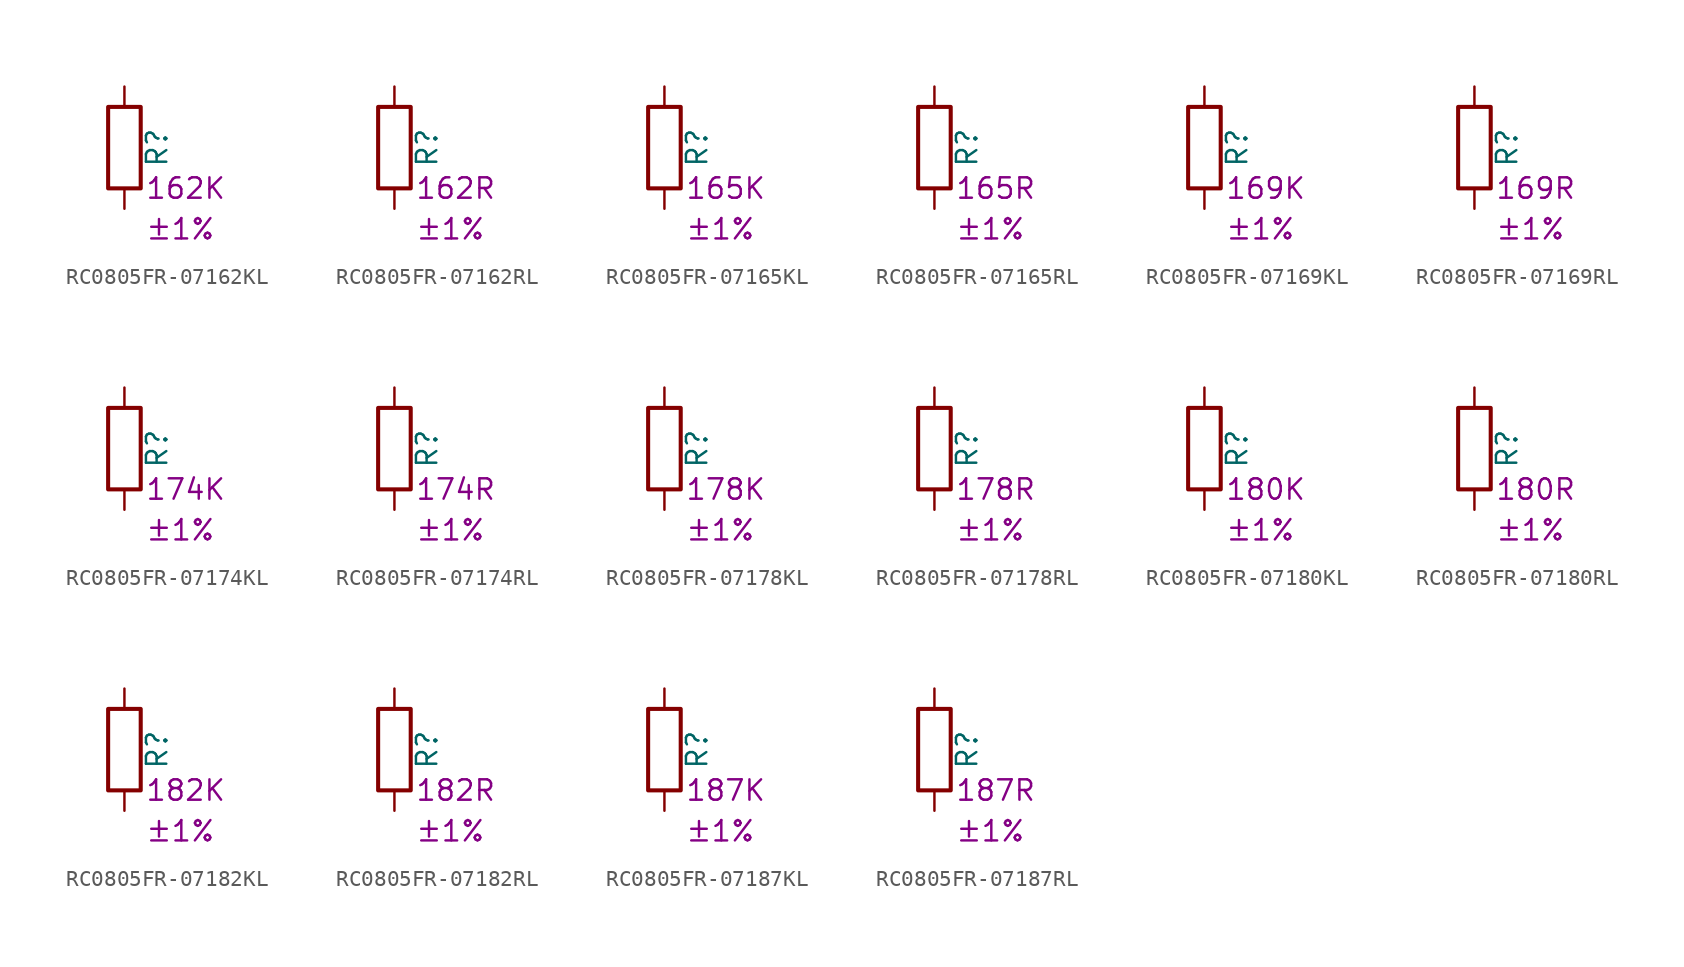
<source format=kicad_sym>
(kicad_symbol_lib
  (version 20220914)
  (generator kicad_symbol_editor)
  (symbol "RC0805FR-07162KL"
    (pin_numbers hide)
    (pin_names
      (offset 0))
    (property "Reference" "R"
      (at 2.032 0 90)
      (effects (font (size 1.27 1.27))))
    (property "Resistance" "162K"
      (at 1.27 -2.54 0)
      (effects (font (size 1.27 1.27)) (justify left)))
    (property "Tolerance" "±1%"
      (at 1.27 -5.08 0)
      (effects (font (size 1.27 1.27)) (justify left)))
    (symbol "RC0805FR-07162KL_0_1"
      (rectangle (start -1.016 -2.54) (end 1.016 2.54) (stroke (width 0.254) (type default)) (fill (type none))))
    (symbol "RC0805FR-07162KL_1_1"
      (pin passive line (at 0 3.81 270) (length 1.27) (name "~" (effects (font (size 1.27 1.27)))) (number "1" (effects (font (size 1.27 1.27)))))
      (pin passive line (at 0 -3.81 90) (length 1.27) (name "~" (effects (font (size 1.27 1.27)))) (number "2" (effects (font (size 1.27 1.27)))))))
  (symbol "RC0805FR-07162RL"
    (pin_numbers hide)
    (pin_names
      (offset 0))
    (property "Reference" "R"
      (at 2.032 0 90)
      (effects (font (size 1.27 1.27))))
    (property "Resistance" "162R"
      (at 1.27 -2.54 0)
      (effects (font (size 1.27 1.27)) (justify left)))
    (property "Tolerance" "±1%"
      (at 1.27 -5.08 0)
      (effects (font (size 1.27 1.27)) (justify left)))
    (symbol "RC0805FR-07162RL_0_1"
      (rectangle (start -1.016 -2.54) (end 1.016 2.54) (stroke (width 0.254) (type default)) (fill (type none))))
    (symbol "RC0805FR-07162RL_1_1"
      (pin passive line (at 0 3.81 270) (length 1.27) (name "~" (effects (font (size 1.27 1.27)))) (number "1" (effects (font (size 1.27 1.27)))))
      (pin passive line (at 0 -3.81 90) (length 1.27) (name "~" (effects (font (size 1.27 1.27)))) (number "2" (effects (font (size 1.27 1.27)))))))
  (symbol "RC0805FR-07165KL"
    (pin_numbers hide)
    (pin_names
      (offset 0))
    (property "Reference" "R"
      (at 2.032 0 90)
      (effects (font (size 1.27 1.27))))
    (property "Resistance" "165K"
      (at 1.27 -2.54 0)
      (effects (font (size 1.27 1.27)) (justify left)))
    (property "Tolerance" "±1%"
      (at 1.27 -5.08 0)
      (effects (font (size 1.27 1.27)) (justify left)))
    (symbol "RC0805FR-07165KL_0_1"
      (rectangle (start -1.016 -2.54) (end 1.016 2.54) (stroke (width 0.254) (type default)) (fill (type none))))
    (symbol "RC0805FR-07165KL_1_1"
      (pin passive line (at 0 3.81 270) (length 1.27) (name "~" (effects (font (size 1.27 1.27)))) (number "1" (effects (font (size 1.27 1.27)))))
      (pin passive line (at 0 -3.81 90) (length 1.27) (name "~" (effects (font (size 1.27 1.27)))) (number "2" (effects (font (size 1.27 1.27)))))))
  (symbol "RC0805FR-07165RL"
    (pin_numbers hide)
    (pin_names
      (offset 0))
    (property "Reference" "R"
      (at 2.032 0 90)
      (effects (font (size 1.27 1.27))))
    (property "Resistance" "165R"
      (at 1.27 -2.54 0)
      (effects (font (size 1.27 1.27)) (justify left)))
    (property "Tolerance" "±1%"
      (at 1.27 -5.08 0)
      (effects (font (size 1.27 1.27)) (justify left)))
    (symbol "RC0805FR-07165RL_0_1"
      (rectangle (start -1.016 -2.54) (end 1.016 2.54) (stroke (width 0.254) (type default)) (fill (type none))))
    (symbol "RC0805FR-07165RL_1_1"
      (pin passive line (at 0 3.81 270) (length 1.27) (name "~" (effects (font (size 1.27 1.27)))) (number "1" (effects (font (size 1.27 1.27)))))
      (pin passive line (at 0 -3.81 90) (length 1.27) (name "~" (effects (font (size 1.27 1.27)))) (number "2" (effects (font (size 1.27 1.27)))))))
  (symbol "RC0805FR-07169KL"
    (pin_numbers hide)
    (pin_names
      (offset 0))
    (property "Reference" "R"
      (at 2.032 0 90)
      (effects (font (size 1.27 1.27))))
    (property "Resistance" "169K"
      (at 1.27 -2.54 0)
      (effects (font (size 1.27 1.27)) (justify left)))
    (property "Tolerance" "±1%"
      (at 1.27 -5.08 0)
      (effects (font (size 1.27 1.27)) (justify left)))
    (symbol "RC0805FR-07169KL_0_1"
      (rectangle (start -1.016 -2.54) (end 1.016 2.54) (stroke (width 0.254) (type default)) (fill (type none))))
    (symbol "RC0805FR-07169KL_1_1"
      (pin passive line (at 0 3.81 270) (length 1.27) (name "~" (effects (font (size 1.27 1.27)))) (number "1" (effects (font (size 1.27 1.27)))))
      (pin passive line (at 0 -3.81 90) (length 1.27) (name "~" (effects (font (size 1.27 1.27)))) (number "2" (effects (font (size 1.27 1.27)))))))
  (symbol "RC0805FR-07169RL"
    (pin_numbers hide)
    (pin_names
      (offset 0))
    (property "Reference" "R"
      (at 2.032 0 90)
      (effects (font (size 1.27 1.27))))
    (property "Resistance" "169R"
      (at 1.27 -2.54 0)
      (effects (font (size 1.27 1.27)) (justify left)))
    (property "Tolerance" "±1%"
      (at 1.27 -5.08 0)
      (effects (font (size 1.27 1.27)) (justify left)))
    (symbol "RC0805FR-07169RL_0_1"
      (rectangle (start -1.016 -2.54) (end 1.016 2.54) (stroke (width 0.254) (type default)) (fill (type none))))
    (symbol "RC0805FR-07169RL_1_1"
      (pin passive line (at 0 3.81 270) (length 1.27) (name "~" (effects (font (size 1.27 1.27)))) (number "1" (effects (font (size 1.27 1.27)))))
      (pin passive line (at 0 -3.81 90) (length 1.27) (name "~" (effects (font (size 1.27 1.27)))) (number "2" (effects (font (size 1.27 1.27)))))))
  (symbol "RC0805FR-07174KL"
    (pin_numbers hide)
    (pin_names
      (offset 0))
    (property "Reference" "R"
      (at 2.032 0 90)
      (effects (font (size 1.27 1.27))))
    (property "Resistance" "174K"
      (at 1.27 -2.54 0)
      (effects (font (size 1.27 1.27)) (justify left)))
    (property "Tolerance" "±1%"
      (at 1.27 -5.08 0)
      (effects (font (size 1.27 1.27)) (justify left)))
    (symbol "RC0805FR-07174KL_0_1"
      (rectangle (start -1.016 -2.54) (end 1.016 2.54) (stroke (width 0.254) (type default)) (fill (type none))))
    (symbol "RC0805FR-07174KL_1_1"
      (pin passive line (at 0 3.81 270) (length 1.27) (name "~" (effects (font (size 1.27 1.27)))) (number "1" (effects (font (size 1.27 1.27)))))
      (pin passive line (at 0 -3.81 90) (length 1.27) (name "~" (effects (font (size 1.27 1.27)))) (number "2" (effects (font (size 1.27 1.27)))))))
  (symbol "RC0805FR-07174RL"
    (pin_numbers hide)
    (pin_names
      (offset 0))
    (property "Reference" "R"
      (at 2.032 0 90)
      (effects (font (size 1.27 1.27))))
    (property "Resistance" "174R"
      (at 1.27 -2.54 0)
      (effects (font (size 1.27 1.27)) (justify left)))
    (property "Tolerance" "±1%"
      (at 1.27 -5.08 0)
      (effects (font (size 1.27 1.27)) (justify left)))
    (symbol "RC0805FR-07174RL_0_1"
      (rectangle (start -1.016 -2.54) (end 1.016 2.54) (stroke (width 0.254) (type default)) (fill (type none))))
    (symbol "RC0805FR-07174RL_1_1"
      (pin passive line (at 0 3.81 270) (length 1.27) (name "~" (effects (font (size 1.27 1.27)))) (number "1" (effects (font (size 1.27 1.27)))))
      (pin passive line (at 0 -3.81 90) (length 1.27) (name "~" (effects (font (size 1.27 1.27)))) (number "2" (effects (font (size 1.27 1.27)))))))
  (symbol "RC0805FR-07178KL"
    (pin_numbers hide)
    (pin_names
      (offset 0))
    (property "Reference" "R"
      (at 2.032 0 90)
      (effects (font (size 1.27 1.27))))
    (property "Resistance" "178K"
      (at 1.27 -2.54 0)
      (effects (font (size 1.27 1.27)) (justify left)))
    (property "Tolerance" "±1%"
      (at 1.27 -5.08 0)
      (effects (font (size 1.27 1.27)) (justify left)))
    (symbol "RC0805FR-07178KL_0_1"
      (rectangle (start -1.016 -2.54) (end 1.016 2.54) (stroke (width 0.254) (type default)) (fill (type none))))
    (symbol "RC0805FR-07178KL_1_1"
      (pin passive line (at 0 3.81 270) (length 1.27) (name "~" (effects (font (size 1.27 1.27)))) (number "1" (effects (font (size 1.27 1.27)))))
      (pin passive line (at 0 -3.81 90) (length 1.27) (name "~" (effects (font (size 1.27 1.27)))) (number "2" (effects (font (size 1.27 1.27)))))))
  (symbol "RC0805FR-07178RL"
    (pin_numbers hide)
    (pin_names
      (offset 0))
    (property "Reference" "R"
      (at 2.032 0 90)
      (effects (font (size 1.27 1.27))))
    (property "Resistance" "178R"
      (at 1.27 -2.54 0)
      (effects (font (size 1.27 1.27)) (justify left)))
    (property "Tolerance" "±1%"
      (at 1.27 -5.08 0)
      (effects (font (size 1.27 1.27)) (justify left)))
    (symbol "RC0805FR-07178RL_0_1"
      (rectangle (start -1.016 -2.54) (end 1.016 2.54) (stroke (width 0.254) (type default)) (fill (type none))))
    (symbol "RC0805FR-07178RL_1_1"
      (pin passive line (at 0 3.81 270) (length 1.27) (name "~" (effects (font (size 1.27 1.27)))) (number "1" (effects (font (size 1.27 1.27)))))
      (pin passive line (at 0 -3.81 90) (length 1.27) (name "~" (effects (font (size 1.27 1.27)))) (number "2" (effects (font (size 1.27 1.27)))))))
  (symbol "RC0805FR-07180KL"
    (pin_numbers hide)
    (pin_names
      (offset 0))
    (property "Reference" "R"
      (at 2.032 0 90)
      (effects (font (size 1.27 1.27))))
    (property "Resistance" "180K"
      (at 1.27 -2.54 0)
      (effects (font (size 1.27 1.27)) (justify left)))
    (property "Tolerance" "±1%"
      (at 1.27 -5.08 0)
      (effects (font (size 1.27 1.27)) (justify left)))
    (symbol "RC0805FR-07180KL_0_1"
      (rectangle (start -1.016 -2.54) (end 1.016 2.54) (stroke (width 0.254) (type default)) (fill (type none))))
    (symbol "RC0805FR-07180KL_1_1"
      (pin passive line (at 0 3.81 270) (length 1.27) (name "~" (effects (font (size 1.27 1.27)))) (number "1" (effects (font (size 1.27 1.27)))))
      (pin passive line (at 0 -3.81 90) (length 1.27) (name "~" (effects (font (size 1.27 1.27)))) (number "2" (effects (font (size 1.27 1.27)))))))
  (symbol "RC0805FR-07180RL"
    (pin_numbers hide)
    (pin_names
      (offset 0))
    (property "Reference" "R"
      (at 2.032 0 90)
      (effects (font (size 1.27 1.27))))
    (property "Resistance" "180R"
      (at 1.27 -2.54 0)
      (effects (font (size 1.27 1.27)) (justify left)))
    (property "Tolerance" "±1%"
      (at 1.27 -5.08 0)
      (effects (font (size 1.27 1.27)) (justify left)))
    (symbol "RC0805FR-07180RL_0_1"
      (rectangle (start -1.016 -2.54) (end 1.016 2.54) (stroke (width 0.254) (type default)) (fill (type none))))
    (symbol "RC0805FR-07180RL_1_1"
      (pin passive line (at 0 3.81 270) (length 1.27) (name "~" (effects (font (size 1.27 1.27)))) (number "1" (effects (font (size 1.27 1.27)))))
      (pin passive line (at 0 -3.81 90) (length 1.27) (name "~" (effects (font (size 1.27 1.27)))) (number "2" (effects (font (size 1.27 1.27)))))))
  (symbol "RC0805FR-07182KL"
    (pin_numbers hide)
    (pin_names
      (offset 0))
    (property "Reference" "R"
      (at 2.032 0 90)
      (effects (font (size 1.27 1.27))))
    (property "Resistance" "182K"
      (at 1.27 -2.54 0)
      (effects (font (size 1.27 1.27)) (justify left)))
    (property "Tolerance" "±1%"
      (at 1.27 -5.08 0)
      (effects (font (size 1.27 1.27)) (justify left)))
    (symbol "RC0805FR-07182KL_0_1"
      (rectangle (start -1.016 -2.54) (end 1.016 2.54) (stroke (width 0.254) (type default)) (fill (type none))))
    (symbol "RC0805FR-07182KL_1_1"
      (pin passive line (at 0 3.81 270) (length 1.27) (name "~" (effects (font (size 1.27 1.27)))) (number "1" (effects (font (size 1.27 1.27)))))
      (pin passive line (at 0 -3.81 90) (length 1.27) (name "~" (effects (font (size 1.27 1.27)))) (number "2" (effects (font (size 1.27 1.27)))))))
  (symbol "RC0805FR-07182RL"
    (pin_numbers hide)
    (pin_names
      (offset 0))
    (property "Reference" "R"
      (at 2.032 0 90)
      (effects (font (size 1.27 1.27))))
    (property "Resistance" "182R"
      (at 1.27 -2.54 0)
      (effects (font (size 1.27 1.27)) (justify left)))
    (property "Tolerance" "±1%"
      (at 1.27 -5.08 0)
      (effects (font (size 1.27 1.27)) (justify left)))
    (symbol "RC0805FR-07182RL_0_1"
      (rectangle (start -1.016 -2.54) (end 1.016 2.54) (stroke (width 0.254) (type default)) (fill (type none))))
    (symbol "RC0805FR-07182RL_1_1"
      (pin passive line (at 0 3.81 270) (length 1.27) (name "~" (effects (font (size 1.27 1.27)))) (number "1" (effects (font (size 1.27 1.27)))))
      (pin passive line (at 0 -3.81 90) (length 1.27) (name "~" (effects (font (size 1.27 1.27)))) (number "2" (effects (font (size 1.27 1.27)))))))
  (symbol "RC0805FR-07187KL"
    (pin_numbers hide)
    (pin_names
      (offset 0))
    (property "Reference" "R"
      (at 2.032 0 90)
      (effects (font (size 1.27 1.27))))
    (property "Resistance" "187K"
      (at 1.27 -2.54 0)
      (effects (font (size 1.27 1.27)) (justify left)))
    (property "Tolerance" "±1%"
      (at 1.27 -5.08 0)
      (effects (font (size 1.27 1.27)) (justify left)))
    (symbol "RC0805FR-07187KL_0_1"
      (rectangle (start -1.016 -2.54) (end 1.016 2.54) (stroke (width 0.254) (type default)) (fill (type none))))
    (symbol "RC0805FR-07187KL_1_1"
      (pin passive line (at 0 3.81 270) (length 1.27) (name "~" (effects (font (size 1.27 1.27)))) (number "1" (effects (font (size 1.27 1.27)))))
      (pin passive line (at 0 -3.81 90) (length 1.27) (name "~" (effects (font (size 1.27 1.27)))) (number "2" (effects (font (size 1.27 1.27)))))))
  (symbol "RC0805FR-07187RL"
    (pin_numbers hide)
    (pin_names
      (offset 0))
    (property "Reference" "R"
      (at 2.032 0 90)
      (effects (font (size 1.27 1.27))))
    (property "Resistance" "187R"
      (at 1.27 -2.54 0)
      (effects (font (size 1.27 1.27)) (justify left)))
    (property "Tolerance" "±1%"
      (at 1.27 -5.08 0)
      (effects (font (size 1.27 1.27)) (justify left)))
    (symbol "RC0805FR-07187RL_0_1"
      (rectangle (start -1.016 -2.54) (end 1.016 2.54) (stroke (width 0.254) (type default)) (fill (type none))))
    (symbol "RC0805FR-07187RL_1_1"
      (pin passive line (at 0 3.81 270) (length 1.27) (name "~" (effects (font (size 1.27 1.27)))) (number "1" (effects (font (size 1.27 1.27)))))
      (pin passive line (at 0 -3.81 90) (length 1.27) (name "~" (effects (font (size 1.27 1.27)))) (number "2" (effects (font (size 1.27 1.27))))))))
</source>
